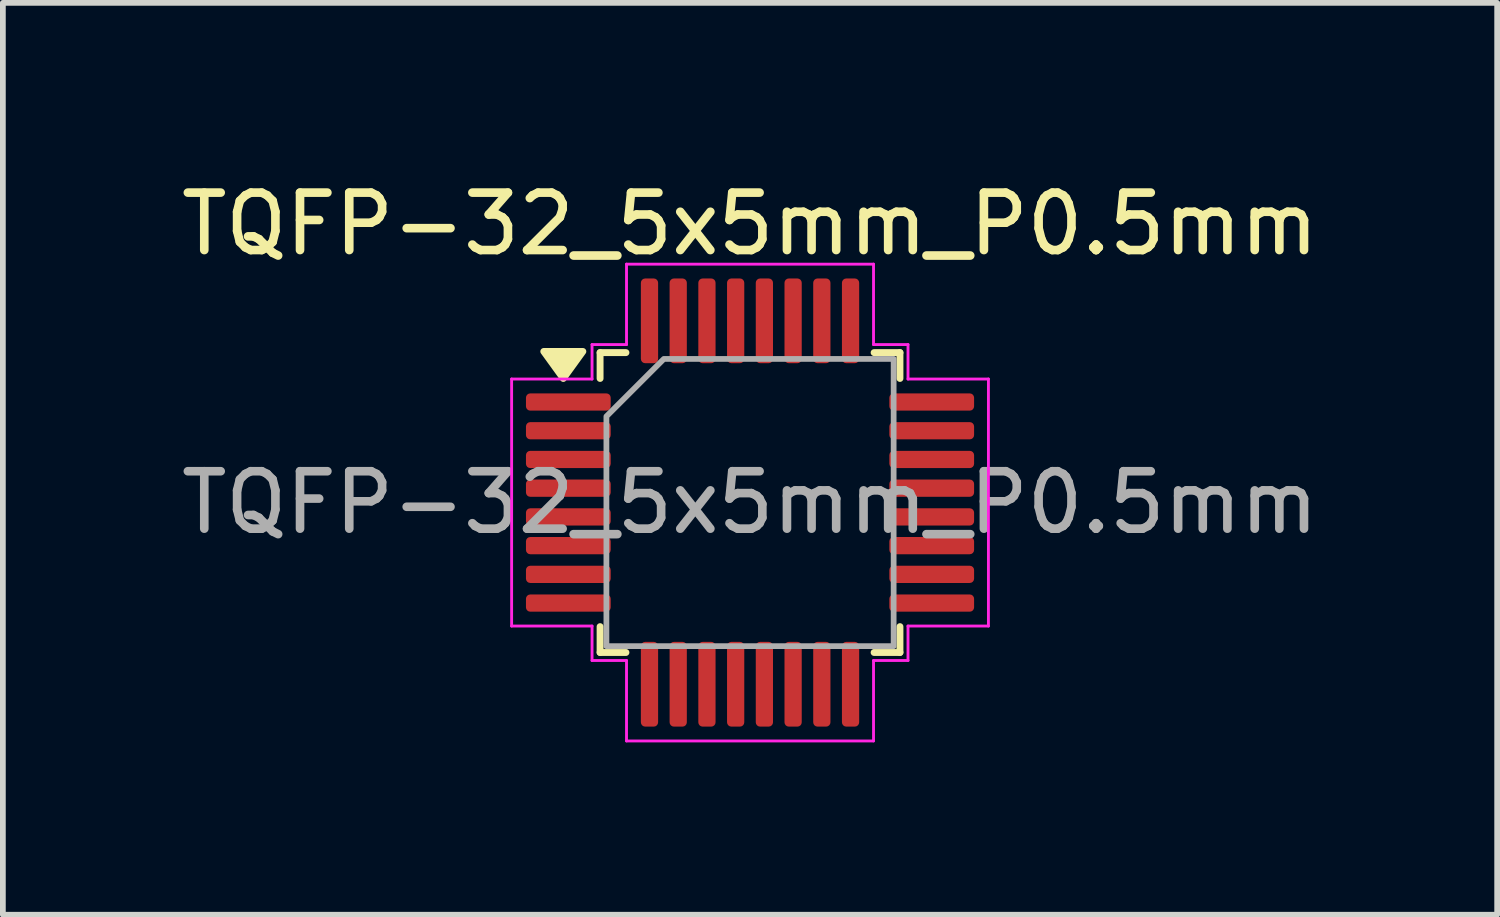
<source format=kicad_pcb>
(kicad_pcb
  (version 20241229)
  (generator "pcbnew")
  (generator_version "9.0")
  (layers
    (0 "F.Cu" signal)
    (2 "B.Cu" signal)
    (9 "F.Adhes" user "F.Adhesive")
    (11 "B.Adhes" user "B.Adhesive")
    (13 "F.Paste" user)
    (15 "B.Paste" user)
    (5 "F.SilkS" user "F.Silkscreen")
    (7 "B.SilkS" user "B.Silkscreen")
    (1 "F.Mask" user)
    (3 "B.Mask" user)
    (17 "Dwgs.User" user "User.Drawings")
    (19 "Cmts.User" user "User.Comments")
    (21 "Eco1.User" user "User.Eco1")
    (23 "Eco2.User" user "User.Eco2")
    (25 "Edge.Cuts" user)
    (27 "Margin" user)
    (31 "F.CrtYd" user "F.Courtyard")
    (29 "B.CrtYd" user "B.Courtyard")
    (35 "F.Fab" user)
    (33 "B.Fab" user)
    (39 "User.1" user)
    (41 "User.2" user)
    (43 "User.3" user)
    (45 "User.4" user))
  (footprint "TQFP-32_5x5mm_P0.5mm"
    (layer "F.Cu")
    (at 10.006 5.698)
    (property "Reference" "TQFP-32_5x5mm_P0.5mm" (at 0 -4.85 0) (layer "F.SilkS") (effects (font (size 1 1) (thickness 0.15))))
    (attr smd)
    (fp_line (start -2.61 -2.61) (end -2.16 -2.61) (stroke (width 0.12) (type solid)) (layer "F.SilkS"))
    (fp_line (start -2.61 -2.16) (end -2.61 -2.61) (stroke (width 0.12) (type solid)) (layer "F.SilkS"))
    (fp_line (start -2.61 2.61) (end -2.61 2.16) (stroke (width 0.12) (type solid)) (layer "F.SilkS"))
    (fp_line (start -2.16 2.61) (end -2.61 2.61) (stroke (width 0.12) (type solid)) (layer "F.SilkS"))
    (fp_line (start 2.16 -2.61) (end 2.61 -2.61) (stroke (width 0.12) (type solid)) (layer "F.SilkS"))
    (fp_line (start 2.61 -2.61) (end 2.61 -2.16) (stroke (width 0.12) (type solid)) (layer "F.SilkS"))
    (fp_line (start 2.61 2.16) (end 2.61 2.61) (stroke (width 0.12) (type solid)) (layer "F.SilkS"))
    (fp_line (start 2.61 2.61) (end 2.16 2.61) (stroke (width 0.12) (type solid)) (layer "F.SilkS"))
    (fp_poly (pts (xy -3.25 -2.16) (xy -3.59 -2.63) (xy -2.91 -2.63)) (stroke (width 0.12) (type solid)) (fill yes) (layer "F.SilkS"))
    (fp_line (start -4.15 -2.15) (end -2.75 -2.15) (stroke (width 0.05) (type solid)) (layer "F.CrtYd"))
    (fp_line (start -4.15 2.15) (end -4.15 -2.15) (stroke (width 0.05) (type solid)) (layer "F.CrtYd"))
    (fp_line (start -2.75 -2.75) (end -2.15 -2.75) (stroke (width 0.05) (type solid)) (layer "F.CrtYd"))
    (fp_line (start -2.75 -2.15) (end -2.75 -2.75) (stroke (width 0.05) (type solid)) (layer "F.CrtYd"))
    (fp_line (start -2.75 2.15) (end -4.15 2.15) (stroke (width 0.05) (type solid)) (layer "F.CrtYd"))
    (fp_line (start -2.75 2.75) (end -2.75 2.15) (stroke (width 0.05) (type solid)) (layer "F.CrtYd"))
    (fp_line (start -2.15 -4.15) (end 2.15 -4.15) (stroke (width 0.05) (type solid)) (layer "F.CrtYd"))
    (fp_line (start -2.15 -2.75) (end -2.15 -4.15) (stroke (width 0.05) (type solid)) (layer "F.CrtYd"))
    (fp_line (start -2.15 2.75) (end -2.75 2.75) (stroke (width 0.05) (type solid)) (layer "F.CrtYd"))
    (fp_line (start -2.15 4.15) (end -2.15 2.75) (stroke (width 0.05) (type solid)) (layer "F.CrtYd"))
    (fp_line (start 2.15 -4.15) (end 2.15 -2.75) (stroke (width 0.05) (type solid)) (layer "F.CrtYd"))
    (fp_line (start 2.15 -2.75) (end 2.75 -2.75) (stroke (width 0.05) (type solid)) (layer "F.CrtYd"))
    (fp_line (start 2.15 2.75) (end 2.15 4.15) (stroke (width 0.05) (type solid)) (layer "F.CrtYd"))
    (fp_line (start 2.15 4.15) (end -2.15 4.15) (stroke (width 0.05) (type solid)) (layer "F.CrtYd"))
    (fp_line (start 2.75 -2.75) (end 2.75 -2.15) (stroke (width 0.05) (type solid)) (layer "F.CrtYd"))
    (fp_line (start 2.75 -2.15) (end 4.15 -2.15) (stroke (width 0.05) (type solid)) (layer "F.CrtYd"))
    (fp_line (start 2.75 2.15) (end 2.75 2.75) (stroke (width 0.05) (type solid)) (layer "F.CrtYd"))
    (fp_line (start 2.75 2.75) (end 2.15 2.75) (stroke (width 0.05) (type solid)) (layer "F.CrtYd"))
    (fp_line (start 4.15 -2.15) (end 4.15 2.15) (stroke (width 0.05) (type solid)) (layer "F.CrtYd"))
    (fp_line (start 4.15 2.15) (end 2.75 2.15) (stroke (width 0.05) (type solid)) (layer "F.CrtYd"))
    (fp_poly (pts (xy -2.5 -1.5) (xy -2.5 2.5) (xy 2.5 2.5) (xy 2.5 -2.5) (xy -1.5 -2.5)) (stroke (width 0.1) (type solid)) (fill no) (layer "F.Fab"))
    (fp_text user "${REFERENCE}" (at 0 0 0) (layer "F.Fab") (effects (font (size 1 1) (thickness 0.15))))
    (pad "1" smd roundrect (at -3.163 -1.75) (size 1.475 0.3) (layers "F.Cu" "F.Mask" "F.Paste") (roundrect_rratio 0.25))
    (pad "2" smd roundrect (at -3.163 -1.25) (size 1.475 0.3) (layers "F.Cu" "F.Mask" "F.Paste") (roundrect_rratio 0.25))
    (pad "3" smd roundrect (at -3.163 -0.75) (size 1.475 0.3) (layers "F.Cu" "F.Mask" "F.Paste") (roundrect_rratio 0.25))
    (pad "4" smd roundrect (at -3.163 -0.25) (size 1.475 0.3) (layers "F.Cu" "F.Mask" "F.Paste") (roundrect_rratio 0.25))
    (pad "5" smd roundrect (at -3.163 0.25) (size 1.475 0.3) (layers "F.Cu" "F.Mask" "F.Paste") (roundrect_rratio 0.25))
    (pad "6" smd roundrect (at -3.163 0.75) (size 1.475 0.3) (layers "F.Cu" "F.Mask" "F.Paste") (roundrect_rratio 0.25))
    (pad "7" smd roundrect (at -3.163 1.25) (size 1.475 0.3) (layers "F.Cu" "F.Mask" "F.Paste") (roundrect_rratio 0.25))
    (pad "8" smd roundrect (at -3.163 1.75) (size 1.475 0.3) (layers "F.Cu" "F.Mask" "F.Paste") (roundrect_rratio 0.25))
    (pad "9" smd roundrect (at -1.75 3.163) (size 0.3 1.475) (layers "F.Cu" "F.Mask" "F.Paste") (roundrect_rratio 0.25))
    (pad "10" smd roundrect (at -1.25 3.163) (size 0.3 1.475) (layers "F.Cu" "F.Mask" "F.Paste") (roundrect_rratio 0.25))
    (pad "11" smd roundrect (at -0.75 3.163) (size 0.3 1.475) (layers "F.Cu" "F.Mask" "F.Paste") (roundrect_rratio 0.25))
    (pad "12" smd roundrect (at -0.25 3.163) (size 0.3 1.475) (layers "F.Cu" "F.Mask" "F.Paste") (roundrect_rratio 0.25))
    (pad "13" smd roundrect (at 0.25 3.163) (size 0.3 1.475) (layers "F.Cu" "F.Mask" "F.Paste") (roundrect_rratio 0.25))
    (pad "14" smd roundrect (at 0.75 3.163) (size 0.3 1.475) (layers "F.Cu" "F.Mask" "F.Paste") (roundrect_rratio 0.25))
    (pad "15" smd roundrect (at 1.25 3.163) (size 0.3 1.475) (layers "F.Cu" "F.Mask" "F.Paste") (roundrect_rratio 0.25))
    (pad "16" smd roundrect (at 1.75 3.163) (size 0.3 1.475) (layers "F.Cu" "F.Mask" "F.Paste") (roundrect_rratio 0.25))
    (pad "17" smd roundrect (at 3.163 1.75) (size 1.475 0.3) (layers "F.Cu" "F.Mask" "F.Paste") (roundrect_rratio 0.25))
    (pad "18" smd roundrect (at 3.163 1.25) (size 1.475 0.3) (layers "F.Cu" "F.Mask" "F.Paste") (roundrect_rratio 0.25))
    (pad "19" smd roundrect (at 3.163 0.75) (size 1.475 0.3) (layers "F.Cu" "F.Mask" "F.Paste") (roundrect_rratio 0.25))
    (pad "20" smd roundrect (at 3.163 0.25) (size 1.475 0.3) (layers "F.Cu" "F.Mask" "F.Paste") (roundrect_rratio 0.25))
    (pad "21" smd roundrect (at 3.163 -0.25) (size 1.475 0.3) (layers "F.Cu" "F.Mask" "F.Paste") (roundrect_rratio 0.25))
    (pad "22" smd roundrect (at 3.163 -0.75) (size 1.475 0.3) (layers "F.Cu" "F.Mask" "F.Paste") (roundrect_rratio 0.25))
    (pad "23" smd roundrect (at 3.163 -1.25) (size 1.475 0.3) (layers "F.Cu" "F.Mask" "F.Paste") (roundrect_rratio 0.25))
    (pad "24" smd roundrect (at 3.163 -1.75) (size 1.475 0.3) (layers "F.Cu" "F.Mask" "F.Paste") (roundrect_rratio 0.25))
    (pad "25" smd roundrect (at 1.75 -3.163) (size 0.3 1.475) (layers "F.Cu" "F.Mask" "F.Paste") (roundrect_rratio 0.25))
    (pad "26" smd roundrect (at 1.25 -3.163) (size 0.3 1.475) (layers "F.Cu" "F.Mask" "F.Paste") (roundrect_rratio 0.25))
    (pad "27" smd roundrect (at 0.75 -3.163) (size 0.3 1.475) (layers "F.Cu" "F.Mask" "F.Paste") (roundrect_rratio 0.25))
    (pad "28" smd roundrect (at 0.25 -3.163) (size 0.3 1.475) (layers "F.Cu" "F.Mask" "F.Paste") (roundrect_rratio 0.25))
    (pad "29" smd roundrect (at -0.25 -3.163) (size 0.3 1.475) (layers "F.Cu" "F.Mask" "F.Paste") (roundrect_rratio 0.25))
    (pad "30" smd roundrect (at -0.75 -3.163) (size 0.3 1.475) (layers "F.Cu" "F.Mask" "F.Paste") (roundrect_rratio 0.25))
    (pad "31" smd roundrect (at -1.25 -3.163) (size 0.3 1.475) (layers "F.Cu" "F.Mask" "F.Paste") (roundrect_rratio 0.25))
    (pad "32" smd roundrect (at -1.75 -3.163) (size 0.3 1.475) (layers "F.Cu" "F.Mask" "F.Paste") (roundrect_rratio 0.25)))
  (gr_rect
    (start -3 -3)
    (end 23.012 12.873)
    (stroke (width 0.1) (type default))
    (fill no)
    (layer "Edge.Cuts")))
</source>
